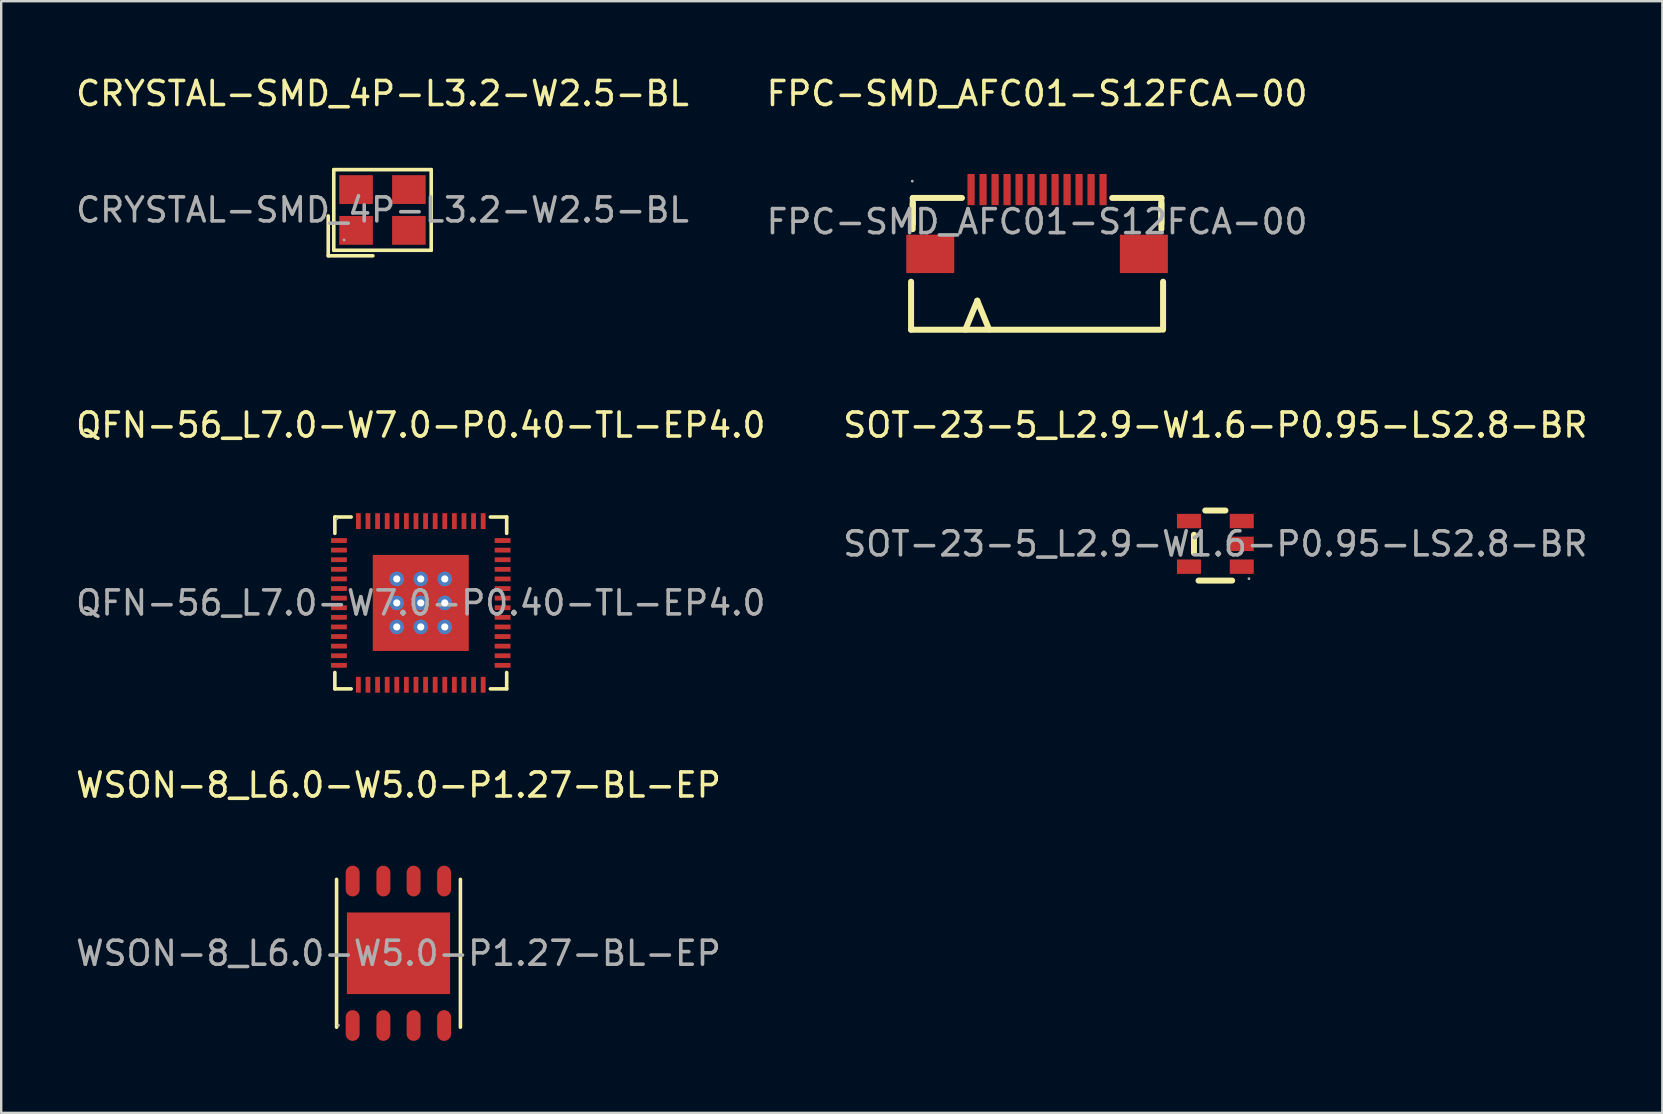
<source format=kicad_pcb>
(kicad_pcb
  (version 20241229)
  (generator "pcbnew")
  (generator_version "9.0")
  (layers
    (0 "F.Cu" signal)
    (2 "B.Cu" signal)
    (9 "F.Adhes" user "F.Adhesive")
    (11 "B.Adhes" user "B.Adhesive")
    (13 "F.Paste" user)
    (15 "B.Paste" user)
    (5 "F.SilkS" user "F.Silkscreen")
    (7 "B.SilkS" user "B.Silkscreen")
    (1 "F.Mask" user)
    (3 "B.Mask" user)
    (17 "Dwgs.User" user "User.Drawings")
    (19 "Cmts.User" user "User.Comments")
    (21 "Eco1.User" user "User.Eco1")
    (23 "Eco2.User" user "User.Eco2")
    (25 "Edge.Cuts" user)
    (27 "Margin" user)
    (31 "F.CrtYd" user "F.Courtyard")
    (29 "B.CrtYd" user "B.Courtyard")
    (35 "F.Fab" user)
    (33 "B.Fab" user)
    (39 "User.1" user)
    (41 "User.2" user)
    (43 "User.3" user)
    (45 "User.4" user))
  (footprint "CRYSTAL-SMD_4P-L3.2-W2.5-BL"
    (layer "F.Cu")
    (at 12.887 5.698)
    (property "Reference" "CRYSTAL-SMD_4P-L3.2-W2.5-BL" (at 0 -4.85 0) (layer "F.SilkS") (effects (font (size 1 1) (thickness 0.15))))
    (attr smd)
    (fp_line (start -2.26 0.25) (end -2.26 1.91) (stroke (width 0.15) (type solid)) (layer "F.SilkS"))
    (fp_line (start -2.26 1.91) (end -0.4 1.91) (stroke (width 0.15) (type solid)) (layer "F.SilkS"))
    (fp_line (start -2.03 -1.68) (end 2.03 -1.68) (stroke (width 0.15) (type solid)) (layer "F.SilkS"))
    (fp_line (start -2.03 1.68) (end -2.03 -1.68) (stroke (width 0.15) (type solid)) (layer "F.SilkS"))
    (fp_line (start 2.03 -1.68) (end 2.03 1.68) (stroke (width 0.15) (type solid)) (layer "F.SilkS"))
    (fp_line (start 2.03 1.68) (end -2.03 1.68) (stroke (width 0.15) (type solid)) (layer "F.SilkS"))
    (fp_circle (center -1.6 1.25) (end -1.57 1.25) (stroke (width 0.06) (type solid)) (fill no) (layer "F.Fab"))
    (fp_text user "${REFERENCE}" (at 0 0 0) (layer "F.Fab") (effects (font (size 1 1) (thickness 0.15))))
    (pad "1" smd rect (at -1.1 0.85) (size 1.4 1.2) (layers "F.Cu" "F.Mask" "F.Paste"))
    (pad "2" smd rect (at 1.1 0.85) (size 1.4 1.2) (layers "F.Cu" "F.Mask" "F.Paste"))
    (pad "3" smd rect (at 1.1 -0.85) (size 1.4 1.2) (layers "F.Cu" "F.Mask" "F.Paste"))
    (pad "4" smd rect (at -1.1 -0.85) (size 1.4 1.2) (layers "F.Cu" "F.Mask" "F.Paste")))
  (footprint "QFN-56_L7.0-W7.0-P0.40-TL-EP4.0"
    (layer "F.Cu")
    (at 14.482 22.072)
    (property "Reference" "QFN-56_L7.0-W7.0-P0.40-TL-EP4.0" (at 0 -7.41 0) (layer "F.SilkS") (effects (font (size 1 1) (thickness 0.15))))
    (attr smd)
    (fp_line (start -3.58 -3.58) (end -3.58 -2.9) (stroke (width 0.15) (type solid)) (layer "F.SilkS"))
    (fp_line (start -3.58 3.58) (end -3.58 2.9) (stroke (width 0.15) (type solid)) (layer "F.SilkS"))
    (fp_line (start -2.9 -3.58) (end -3.58 -3.58) (stroke (width 0.15) (type solid)) (layer "F.SilkS"))
    (fp_line (start -2.9 3.58) (end -3.58 3.58) (stroke (width 0.15) (type solid)) (layer "F.SilkS"))
    (fp_line (start 2.9 -3.58) (end 3.58 -3.58) (stroke (width 0.15) (type solid)) (layer "F.SilkS"))
    (fp_line (start 2.9 3.58) (end 3.58 3.58) (stroke (width 0.15) (type solid)) (layer "F.SilkS"))
    (fp_line (start 3.58 -3.58) (end 3.58 -2.9) (stroke (width 0.15) (type solid)) (layer "F.SilkS"))
    (fp_line (start 3.58 3.58) (end 3.58 2.9) (stroke (width 0.15) (type solid)) (layer "F.SilkS"))
    (fp_circle (center -3.5 -3.5) (end -3.47 -3.5) (stroke (width 0.06) (type solid)) (fill no) (layer "F.Fab"))
    (fp_text user "${REFERENCE}" (at 0 0 0) (layer "F.Fab") (effects (font (size 1 1) (thickness 0.15))))
    (pad "" thru_hole circle (at -1 -1) (size 0.61 0.61) (drill 0.3) (layers "*.Cu" "*.Paste" "*.Mask"))
    (pad "" thru_hole circle (at -1 0) (size 0.61 0.61) (drill 0.3) (layers "*.Cu" "*.Paste" "*.Mask"))
    (pad "" thru_hole circle (at -1 1) (size 0.61 0.61) (drill 0.3) (layers "*.Cu" "*.Paste" "*.Mask"))
    (pad "" thru_hole circle (at 0 -1) (size 0.61 0.61) (drill 0.3) (layers "*.Cu" "*.Paste" "*.Mask"))
    (pad "" thru_hole circle (at 0 0) (size 0.61 0.61) (drill 0.3) (layers "*.Cu" "*.Paste" "*.Mask"))
    (pad "" thru_hole circle (at 0 1) (size 0.61 0.61) (drill 0.3) (layers "*.Cu" "*.Paste" "*.Mask"))
    (pad "" thru_hole circle (at 1 -1) (size 0.61 0.61) (drill 0.3) (layers "*.Cu" "*.Paste" "*.Mask"))
    (pad "" thru_hole circle (at 1 0) (size 0.61 0.61) (drill 0.3) (layers "*.Cu" "*.Paste" "*.Mask"))
    (pad "" thru_hole circle (at 1 1) (size 0.61 0.61) (drill 0.3) (layers "*.Cu" "*.Paste" "*.Mask"))
    (pad "1" smd rect (at -3.41 -2.6) (size 0.66 0.2) (layers "F.Cu" "F.Mask" "F.Paste"))
    (pad "2" smd rect (at -3.41 -2.2) (size 0.66 0.2) (layers "F.Cu" "F.Mask" "F.Paste"))
    (pad "3" smd rect (at -3.41 -1.8) (size 0.66 0.2) (layers "F.Cu" "F.Mask" "F.Paste"))
    (pad "4" smd rect (at -3.41 -1.4) (size 0.66 0.2) (layers "F.Cu" "F.Mask" "F.Paste"))
    (pad "5" smd rect (at -3.41 -1) (size 0.66 0.2) (layers "F.Cu" "F.Mask" "F.Paste"))
    (pad "6" smd rect (at -3.41 -0.6) (size 0.66 0.2) (layers "F.Cu" "F.Mask" "F.Paste"))
    (pad "7" smd rect (at -3.41 -0.2) (size 0.66 0.2) (layers "F.Cu" "F.Mask" "F.Paste"))
    (pad "8" smd rect (at -3.41 0.2) (size 0.66 0.2) (layers "F.Cu" "F.Mask" "F.Paste"))
    (pad "9" smd rect (at -3.41 0.6) (size 0.66 0.2) (layers "F.Cu" "F.Mask" "F.Paste"))
    (pad "10" smd rect (at -3.41 1) (size 0.66 0.2) (layers "F.Cu" "F.Mask" "F.Paste"))
    (pad "11" smd rect (at -3.41 1.4) (size 0.66 0.2) (layers "F.Cu" "F.Mask" "F.Paste"))
    (pad "12" smd rect (at -3.41 1.8) (size 0.66 0.2) (layers "F.Cu" "F.Mask" "F.Paste"))
    (pad "13" smd rect (at -3.41 2.2) (size 0.66 0.2) (layers "F.Cu" "F.Mask" "F.Paste"))
    (pad "14" smd rect (at -3.41 2.6) (size 0.66 0.2) (layers "F.Cu" "F.Mask" "F.Paste"))
    (pad "15" smd rect (at -2.6 3.41) (size 0.2 0.66) (layers "F.Cu" "F.Mask" "F.Paste"))
    (pad "16" smd rect (at -2.2 3.41) (size 0.2 0.66) (layers "F.Cu" "F.Mask" "F.Paste"))
    (pad "17" smd rect (at -1.8 3.41) (size 0.2 0.66) (layers "F.Cu" "F.Mask" "F.Paste"))
    (pad "18" smd rect (at -1.4 3.41) (size 0.2 0.66) (layers "F.Cu" "F.Mask" "F.Paste"))
    (pad "19" smd rect (at -1 3.41) (size 0.2 0.66) (layers "F.Cu" "F.Mask" "F.Paste"))
    (pad "20" smd rect (at -0.6 3.41) (size 0.2 0.66) (layers "F.Cu" "F.Mask" "F.Paste"))
    (pad "21" smd rect (at -0.2 3.41) (size 0.2 0.66) (layers "F.Cu" "F.Mask" "F.Paste"))
    (pad "22" smd rect (at 0.2 3.41) (size 0.2 0.66) (layers "F.Cu" "F.Mask" "F.Paste"))
    (pad "23" smd rect (at 0.6 3.41) (size 0.2 0.66) (layers "F.Cu" "F.Mask" "F.Paste"))
    (pad "24" smd rect (at 1 3.41) (size 0.2 0.66) (layers "F.Cu" "F.Mask" "F.Paste"))
    (pad "25" smd rect (at 1.4 3.41) (size 0.2 0.66) (layers "F.Cu" "F.Mask" "F.Paste"))
    (pad "26" smd rect (at 1.8 3.41) (size 0.2 0.66) (layers "F.Cu" "F.Mask" "F.Paste"))
    (pad "27" smd rect (at 2.2 3.41) (size 0.2 0.66) (layers "F.Cu" "F.Mask" "F.Paste"))
    (pad "28" smd rect (at 2.6 3.41) (size 0.2 0.66) (layers "F.Cu" "F.Mask" "F.Paste"))
    (pad "29" smd rect (at 3.41 2.6) (size 0.66 0.2) (layers "F.Cu" "F.Mask" "F.Paste"))
    (pad "30" smd rect (at 3.41 2.2) (size 0.66 0.2) (layers "F.Cu" "F.Mask" "F.Paste"))
    (pad "31" smd rect (at 3.41 1.8) (size 0.66 0.2) (layers "F.Cu" "F.Mask" "F.Paste"))
    (pad "32" smd rect (at 3.41 1.4) (size 0.66 0.2) (layers "F.Cu" "F.Mask" "F.Paste"))
    (pad "33" smd rect (at 3.41 1) (size 0.66 0.2) (layers "F.Cu" "F.Mask" "F.Paste"))
    (pad "34" smd rect (at 3.41 0.6) (size 0.66 0.2) (layers "F.Cu" "F.Mask" "F.Paste"))
    (pad "35" smd rect (at 3.41 0.2) (size 0.66 0.2) (layers "F.Cu" "F.Mask" "F.Paste"))
    (pad "36" smd rect (at 3.41 -0.2) (size 0.66 0.2) (layers "F.Cu" "F.Mask" "F.Paste"))
    (pad "37" smd rect (at 3.41 -0.6) (size 0.66 0.2) (layers "F.Cu" "F.Mask" "F.Paste"))
    (pad "38" smd rect (at 3.41 -1) (size 0.66 0.2) (layers "F.Cu" "F.Mask" "F.Paste"))
    (pad "39" smd rect (at 3.41 -1.4) (size 0.66 0.2) (layers "F.Cu" "F.Mask" "F.Paste"))
    (pad "40" smd rect (at 3.41 -1.8) (size 0.66 0.2) (layers "F.Cu" "F.Mask" "F.Paste"))
    (pad "41" smd rect (at 3.41 -2.2) (size 0.66 0.2) (layers "F.Cu" "F.Mask" "F.Paste"))
    (pad "42" smd rect (at 3.41 -2.6) (size 0.66 0.2) (layers "F.Cu" "F.Mask" "F.Paste"))
    (pad "43" smd rect (at 2.6 -3.41) (size 0.2 0.66) (layers "F.Cu" "F.Mask" "F.Paste"))
    (pad "44" smd rect (at 2.2 -3.41) (size 0.2 0.66) (layers "F.Cu" "F.Mask" "F.Paste"))
    (pad "45" smd rect (at 1.8 -3.41) (size 0.2 0.66) (layers "F.Cu" "F.Mask" "F.Paste"))
    (pad "46" smd rect (at 1.4 -3.41) (size 0.2 0.66) (layers "F.Cu" "F.Mask" "F.Paste"))
    (pad "47" smd rect (at 1 -3.41) (size 0.2 0.66) (layers "F.Cu" "F.Mask" "F.Paste"))
    (pad "48" smd rect (at 0.6 -3.41) (size 0.2 0.66) (layers "F.Cu" "F.Mask" "F.Paste"))
    (pad "49" smd rect (at 0.2 -3.41) (size 0.2 0.66) (layers "F.Cu" "F.Mask" "F.Paste"))
    (pad "50" smd rect (at -0.2 -3.41) (size 0.2 0.66) (layers "F.Cu" "F.Mask" "F.Paste"))
    (pad "51" smd rect (at -0.6 -3.41) (size 0.2 0.66) (layers "F.Cu" "F.Mask" "F.Paste"))
    (pad "52" smd rect (at -1 -3.41) (size 0.2 0.66) (layers "F.Cu" "F.Mask" "F.Paste"))
    (pad "53" smd rect (at -1.4 -3.41) (size 0.2 0.66) (layers "F.Cu" "F.Mask" "F.Paste"))
    (pad "54" smd rect (at -1.8 -3.41) (size 0.2 0.66) (layers "F.Cu" "F.Mask" "F.Paste"))
    (pad "55" smd rect (at -2.2 -3.41) (size 0.2 0.66) (layers "F.Cu" "F.Mask" "F.Paste"))
    (pad "56" smd rect (at -2.6 -3.41) (size 0.2 0.66) (layers "F.Cu" "F.Mask" "F.Paste"))
    (pad "57" smd rect (at 0 0) (size 4 4) (layers "F.Cu" "F.Mask" "F.Paste")))
  (footprint "FPC-SMD_AFC01-S12FCA-00"
    (layer "F.Cu")
    (at 40.161 6.188)
    (property "Reference" "FPC-SMD_AFC01-S12FCA-00" (at 0 -5.34 0) (layer "F.SilkS") (effects (font (size 1 1) (thickness 0.15))))
    (attr smd)
    (fp_line (start -5.25 2.5) (end -5.25 4.5) (stroke (width 0.25) (type solid)) (layer "F.SilkS"))
    (fp_line (start -5.25 4.5) (end 5.13 4.5) (stroke (width 0.25) (type solid)) (layer "F.SilkS"))
    (fp_line (start -5.18 -0.99) (end -5.18 0.08) (stroke (width 0.25) (type solid)) (layer "F.SilkS"))
    (fp_line (start -5.18 -0.99) (end -3.13 -0.99) (stroke (width 0.25) (type solid)) (layer "F.SilkS"))
    (fp_line (start -5.18 -0.76) (end -5.18 0.31) (stroke (width 0.25) (type solid)) (layer "F.SilkS"))
    (fp_line (start -2.49 3.29) (end -2.99 4.5) (stroke (width 0.25) (type solid)) (layer "F.SilkS"))
    (fp_line (start -2 4.49) (end -2.49 3.29) (stroke (width 0.25) (type solid)) (layer "F.SilkS"))
    (fp_line (start 3.13 -0.99) (end 5.18 -0.99) (stroke (width 0.25) (type solid)) (layer "F.SilkS"))
    (fp_line (start 5.18 -0.99) (end 5.18 0.08) (stroke (width 0.25) (type solid)) (layer "F.SilkS"))
    (fp_line (start 5.18 -0.76) (end 5.18 0.31) (stroke (width 0.25) (type solid)) (layer "F.SilkS"))
    (fp_line (start 5.25 2.5) (end 5.25 4.5) (stroke (width 0.25) (type solid)) (layer "F.SilkS"))
    (fp_circle (center -5.2 -1.69) (end -5.17 -1.69) (stroke (width 0.06) (type solid)) (fill no) (layer "F.Fab"))
    (fp_text user "${REFERENCE}" (at 0 0 0) (layer "F.Fab") (effects (font (size 1 1) (thickness 0.15))))
    (pad "1" smd rect (at -2.75 -1.34) (size 0.3 1.3) (layers "F.Cu" "F.Mask" "F.Paste"))
    (pad "2" smd rect (at -2.25 -1.34) (size 0.3 1.3) (layers "F.Cu" "F.Mask" "F.Paste"))
    (pad "3" smd rect (at -1.75 -1.34) (size 0.3 1.3) (layers "F.Cu" "F.Mask" "F.Paste"))
    (pad "4" smd rect (at -1.25 -1.34) (size 0.3 1.3) (layers "F.Cu" "F.Mask" "F.Paste"))
    (pad "5" smd rect (at -0.75 -1.34) (size 0.3 1.3) (layers "F.Cu" "F.Mask" "F.Paste"))
    (pad "6" smd rect (at -0.25 -1.34) (size 0.3 1.3) (layers "F.Cu" "F.Mask" "F.Paste"))
    (pad "7" smd rect (at 0.25 -1.34) (size 0.3 1.3) (layers "F.Cu" "F.Mask" "F.Paste"))
    (pad "8" smd rect (at 0.75 -1.34) (size 0.3 1.3) (layers "F.Cu" "F.Mask" "F.Paste"))
    (pad "9" smd rect (at 1.25 -1.34) (size 0.3 1.3) (layers "F.Cu" "F.Mask" "F.Paste"))
    (pad "10" smd rect (at 1.75 -1.34) (size 0.3 1.3) (layers "F.Cu" "F.Mask" "F.Paste"))
    (pad "11" smd rect (at 2.25 -1.34) (size 0.3 1.3) (layers "F.Cu" "F.Mask" "F.Paste"))
    (pad "12" smd rect (at 2.75 -1.34) (size 0.3 1.3) (layers "F.Cu" "F.Mask" "F.Paste"))
    (pad "13" smd rect (at -4.45 1.34) (size 2 1.6) (layers "F.Cu" "F.Mask" "F.Paste"))
    (pad "14" smd rect (at 4.45 1.34 180) (size 2 1.6) (layers "F.Cu" "F.Mask" "F.Paste")))
  (footprint "WSON-8_L6.0-W5.0-P1.27-BL-EP"
    (layer "F.Cu")
    (at 13.554 36.67)
    (property "Reference" "WSON-8_L6.0-W5.0-P1.27-BL-EP" (at 0 -7.01 0) (layer "F.SilkS") (effects (font (size 1 1) (thickness 0.15))))
    (attr smd)
    (fp_line (start -2.58 3.08) (end -2.58 -3.08) (stroke (width 0.15) (type solid)) (layer "F.SilkS"))
    (fp_line (start 2.58 -3.08) (end 2.58 3.08) (stroke (width 0.15) (type solid)) (layer "F.SilkS"))
    (fp_circle (center -2.5 3) (end -2.47 3) (stroke (width 0.06) (type solid)) (fill no) (layer "F.Fab"))
    (fp_text user "${REFERENCE}" (at 0 0 0) (layer "F.Fab") (effects (font (size 1 1) (thickness 0.15))))
    (pad "1" smd oval (at -1.91 3.01) (size 0.58 1.28) (layers "F.Cu" "F.Mask" "F.Paste"))
    (pad "2" smd oval (at -0.63 3.01) (size 0.58 1.28) (layers "F.Cu" "F.Mask" "F.Paste"))
    (pad "3" smd oval (at 0.63 3.01) (size 0.58 1.28) (layers "F.Cu" "F.Mask" "F.Paste"))
    (pad "4" smd oval (at 1.9 3.01) (size 0.58 1.28) (layers "F.Cu" "F.Mask" "F.Paste"))
    (pad "5" smd oval (at 1.9 -3.01) (size 0.58 1.28) (layers "F.Cu" "F.Mask" "F.Paste"))
    (pad "6" smd oval (at 0.63 -3.01) (size 0.58 1.28) (layers "F.Cu" "F.Mask" "F.Paste"))
    (pad "7" smd oval (at -0.63 -3.01) (size 0.58 1.28) (layers "F.Cu" "F.Mask" "F.Paste"))
    (pad "8" smd oval (at -1.91 -3.01) (size 0.58 1.28) (layers "F.Cu" "F.Mask" "F.Paste"))
    (pad "9" smd rect (at 0 0) (size 4.3 3.4) (layers "F.Cu" "F.Mask" "F.Paste")))
  (footprint "SOT-23-5_L2.9-W1.6-P0.95-LS2.8-BR"
    (layer "F.Cu")
    (at 47.589 19.611)
    (property "Reference" "SOT-23-5_L2.9-W1.6-P0.95-LS2.8-BR" (at 0 -4.95 0) (layer "F.SilkS") (effects (font (size 1 1) (thickness 0.15))))
    (attr smd)
    (fp_line (start -0.89 0.38) (end -0.89 -0.38) (stroke (width 0.25) (type solid)) (layer "F.SilkS"))
    (fp_line (start -0.7 1.53) (end 0.7 1.53) (stroke (width 0.25) (type solid)) (layer "F.SilkS"))
    (fp_line (start -0.42 -1.39) (end 0.42 -1.39) (stroke (width 0.25) (type solid)) (layer "F.SilkS"))
    (fp_circle (center 1.4 1.45) (end 1.43 1.45) (stroke (width 0.06) (type solid)) (fill no) (layer "F.Fab"))
    (fp_text user "${REFERENCE}" (at 0 0 0) (layer "F.Fab") (effects (font (size 1 1) (thickness 0.15))))
    (pad "1" smd rect (at 1.1 0.95 90) (size 0.6 1) (layers "F.Cu" "F.Mask" "F.Paste"))
    (pad "2" smd rect (at 1.1 0 90) (size 0.6 1) (layers "F.Cu" "F.Mask" "F.Paste"))
    (pad "3" smd rect (at 1.1 -0.95 90) (size 0.6 1) (layers "F.Cu" "F.Mask" "F.Paste"))
    (pad "4" smd rect (at -1.1 -0.95 90) (size 0.6 1) (layers "F.Cu" "F.Mask" "F.Paste"))
    (pad "5" smd rect (at -1.1 0.95 90) (size 0.6 1) (layers "F.Cu" "F.Mask" "F.Paste")))
  (gr_rect
    (start -3 -3)
    (end 66.214 43.32)
    (stroke (width 0.1) (type default))
    (fill no)
    (layer "Edge.Cuts")))
</source>
